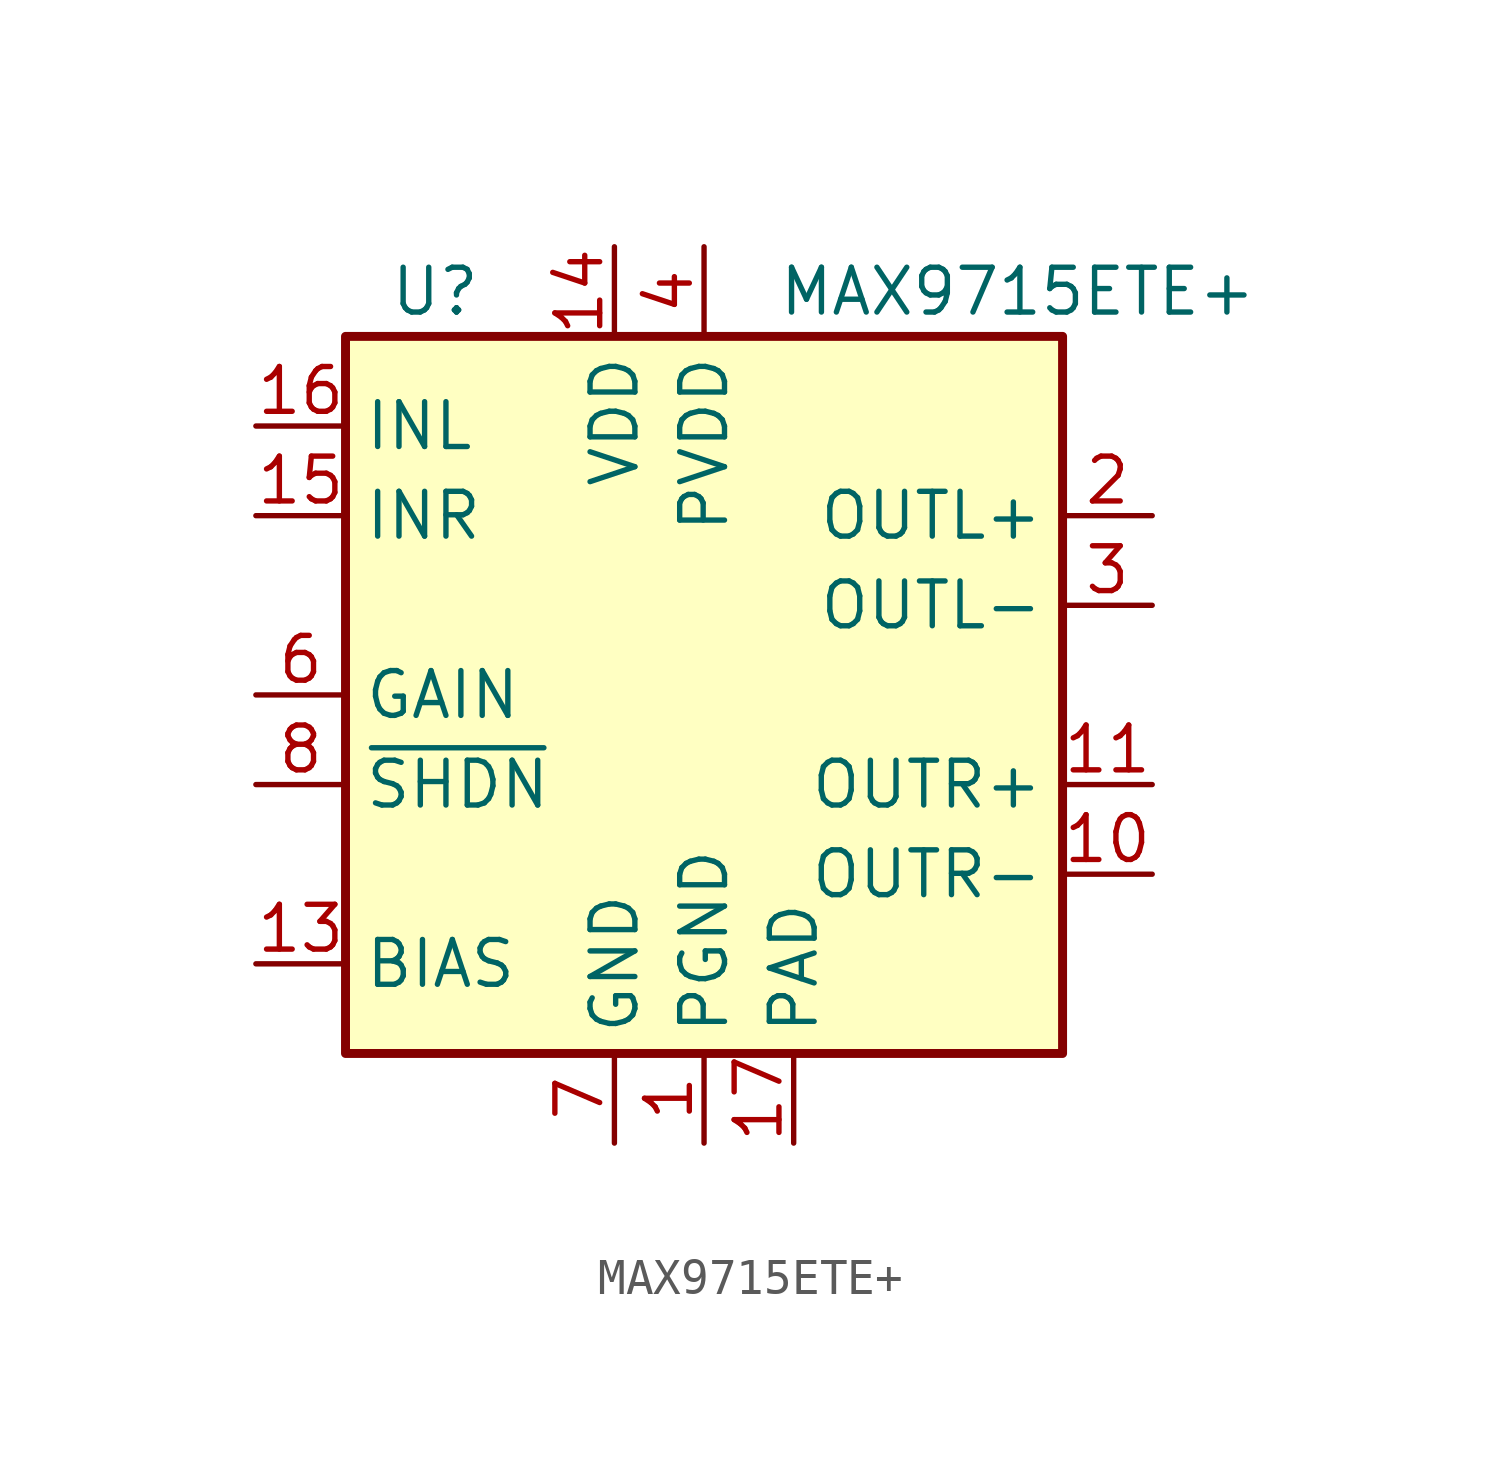
<source format=kicad_sym>
(kicad_symbol_lib
  (version 20201005)
  (generator kicad_symbol_editor)
  (symbol "Amplifier_Audio:MAX9715ETE+"
    (property "Reference" "U"
      (at -7.62 11.43 0)
      (effects (font (size 1.27 1.27))))
    (property "Value" "MAX9715ETE+"
      (at 8.89 11.43 0)
      (effects (font (size 1.27 1.27))))
    (symbol "MAX9715ETE+_0_1"
      (rectangle (start -10.16 10.16) (end 10.16 -10.16) (stroke (width 0.254)) (fill (type background))))
    (symbol "MAX9715ETE+_1_1"
      (pin power_in line (at 0 -12.7 90) (length 2.54) (name "PGND" (effects (font (size 1.27 1.27)))) (number "1" (effects (font (size 1.27 1.27)))))
      (pin output line (at 12.7 -5.08 180) (length 2.54) (name "OUTR-" (effects (font (size 1.27 1.27)))) (number "10" (effects (font (size 1.27 1.27)))))
      (pin output line (at 12.7 -2.54 180) (length 2.54) (name "OUTR+" (effects (font (size 1.27 1.27)))) (number "11" (effects (font (size 1.27 1.27)))))
      (pin passive line (at 0 -12.7 90) (length 2.54) hide (name "PGND" (effects (font (size 1.27 1.27)))) (number "12" (effects (font (size 1.27 1.27)))))
      (pin passive line (at -12.7 -7.62 0) (length 2.54) (name "BIAS" (effects (font (size 1.27 1.27)))) (number "13" (effects (font (size 1.27 1.27)))))
      (pin power_in line (at -2.54 12.7 270) (length 2.54) (name "VDD" (effects (font (size 1.27 1.27)))) (number "14" (effects (font (size 1.27 1.27)))))
      (pin input line (at -12.7 5.08 0) (length 2.54) (name "INR" (effects (font (size 1.27 1.27)))) (number "15" (effects (font (size 1.27 1.27)))))
      (pin input line (at -12.7 7.62 0) (length 2.54) (name "INL" (effects (font (size 1.27 1.27)))) (number "16" (effects (font (size 1.27 1.27)))))
      (pin passive line (at 2.54 -12.7 90) (length 2.54) (name "PAD" (effects (font (size 1.27 1.27)))) (number "17" (effects (font (size 1.27 1.27)))))
      (pin output line (at 12.7 5.08 180) (length 2.54) (name "OUTL+" (effects (font (size 1.27 1.27)))) (number "2" (effects (font (size 1.27 1.27)))))
      (pin output line (at 12.7 2.54 180) (length 2.54) (name "OUTL-" (effects (font (size 1.27 1.27)))) (number "3" (effects (font (size 1.27 1.27)))))
      (pin power_in line (at 0 12.7 270) (length 2.54) (name "PVDD" (effects (font (size 1.27 1.27)))) (number "4" (effects (font (size 1.27 1.27)))))
      (pin no_connect line (at 12.7 0 180) (length 2.54) hide (name "NC" (effects (font (size 1.27 1.27)))) (number "5" (effects (font (size 1.27 1.27)))))
      (pin input line (at -12.7 0 0) (length 2.54) (name "GAIN" (effects (font (size 1.27 1.27)))) (number "6" (effects (font (size 1.27 1.27)))))
      (pin power_in line (at -2.54 -12.7 90) (length 2.54) (name "GND" (effects (font (size 1.27 1.27)))) (number "7" (effects (font (size 1.27 1.27)))))
      (pin input line (at -12.7 -2.54 0) (length 2.54) (name "~SHDN" (effects (font (size 1.27 1.27)))) (number "8" (effects (font (size 1.27 1.27)))))
      (pin passive line (at 0 12.7 270) (length 2.54) hide (name "PVDD" (effects (font (size 1.27 1.27)))) (number "9" (effects (font (size 1.27 1.27))))))))
</source>
